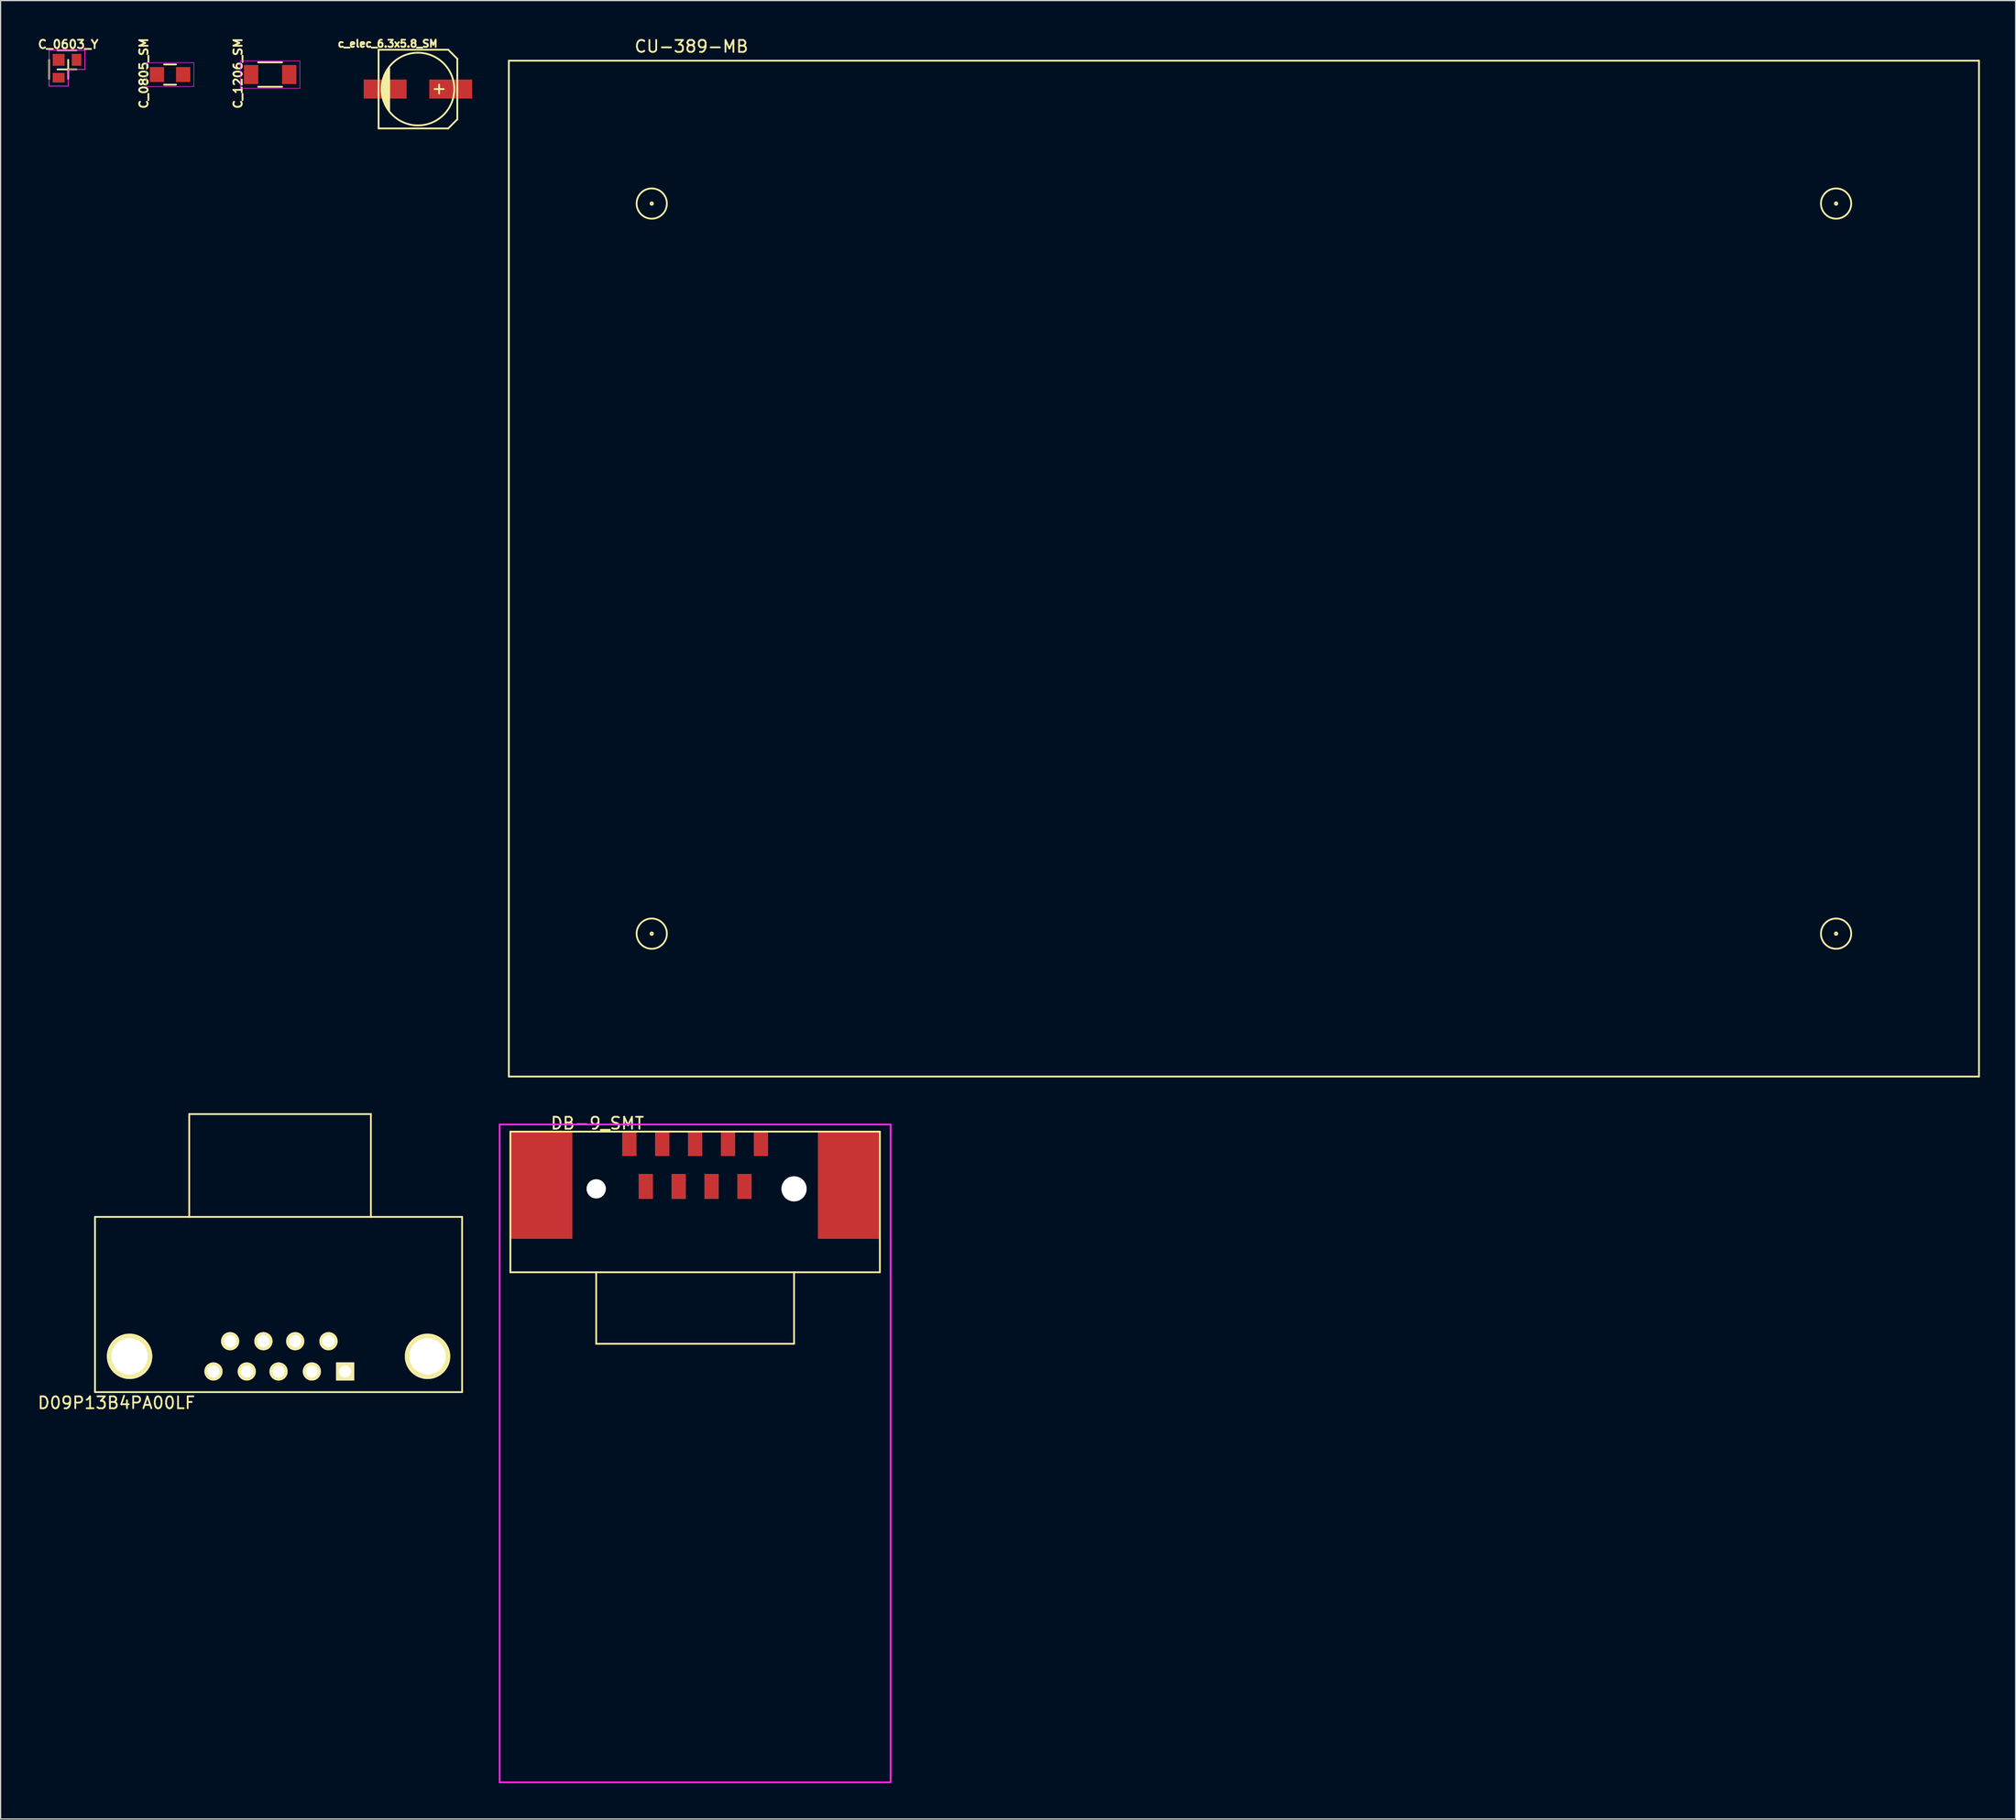
<source format=kicad_pcb>
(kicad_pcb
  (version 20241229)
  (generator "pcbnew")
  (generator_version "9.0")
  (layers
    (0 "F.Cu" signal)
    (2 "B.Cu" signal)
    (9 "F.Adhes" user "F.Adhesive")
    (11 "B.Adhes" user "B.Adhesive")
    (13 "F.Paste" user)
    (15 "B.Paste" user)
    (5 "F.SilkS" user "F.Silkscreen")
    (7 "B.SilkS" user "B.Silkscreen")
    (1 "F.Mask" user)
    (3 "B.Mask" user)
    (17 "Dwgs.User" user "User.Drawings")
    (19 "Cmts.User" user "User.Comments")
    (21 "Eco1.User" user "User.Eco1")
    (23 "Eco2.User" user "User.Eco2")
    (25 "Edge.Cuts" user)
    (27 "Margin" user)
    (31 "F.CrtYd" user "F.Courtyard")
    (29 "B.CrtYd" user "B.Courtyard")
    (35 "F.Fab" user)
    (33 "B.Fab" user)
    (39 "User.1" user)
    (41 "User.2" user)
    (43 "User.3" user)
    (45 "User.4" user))
  (footprint "C_0805_SM"
    (layer "F.Cu")
    (at 11.216 3.205)
    (property "Reference" "C_0805_SM" (at -2.2 -0.1 90) (layer "F.SilkS") (effects (font (size 0.7 0.7) (thickness 0.15))))
    (attr smd)
    (fp_line (start -0.5 0.85) (end 0.5 0.85) (stroke (width 0.15) (type solid)) (layer "F.SilkS"))
    (fp_line (start 0.5 -0.85) (end -0.5 -0.85) (stroke (width 0.15) (type solid)) (layer "F.SilkS"))
    (fp_line (start -2 -1) (end -2 1) (stroke (width 0.05) (type solid)) (layer "F.CrtYd"))
    (fp_line (start -2 -1) (end 2 -1) (stroke (width 0.05) (type solid)) (layer "F.CrtYd"))
    (fp_line (start -2 1) (end 2 1) (stroke (width 0.05) (type solid)) (layer "F.CrtYd"))
    (fp_line (start 2 -1) (end 2 1) (stroke (width 0.05) (type solid)) (layer "F.CrtYd"))
    (pad "1" smd rect (at -1.1 0) (size 1.2 1.25) (layers "F.Cu" "F.Mask" "F.Paste"))
    (pad "2" smd rect (at 1.1 0) (size 1.2 1.25) (layers "F.Cu" "F.Mask" "F.Paste")))
  (footprint "C_0603_Y"
    (layer "F.Cu")
    (at 2.672 2.773)
    (property "Reference" "C_0603_Y" (at 0 -2.1 0) (layer "F.SilkS") (effects (font (size 0.7 0.7) (thickness 0.15))))
    (attr through_hole)
    (fp_line (start -1.6 -0.8) (end -1.6 0.8) (stroke (width 0.15) (type solid)) (layer "F.SilkS"))
    (fp_line (start -0.9 -1.6) (end 0.7 -1.6) (stroke (width 0.15) (type solid)) (layer "F.SilkS"))
    (fp_line (start -0.9 0) (end 0.7 0) (stroke (width 0.15) (type solid)) (layer "F.SilkS"))
    (fp_line (start 0 -0.8) (end 0 0.8) (stroke (width 0.15) (type solid)) (layer "F.SilkS"))
    (fp_line (start -1.6 -1.6) (end -1.6 1.4) (stroke (width 0.07) (type solid)) (layer "F.CrtYd"))
    (fp_line (start -1.6 1.4) (end 0 1.4) (stroke (width 0.07) (type solid)) (layer "F.CrtYd"))
    (fp_line (start 0 0) (end 1.4 0) (stroke (width 0.07) (type solid)) (layer "F.CrtYd"))
    (fp_line (start 0 1.4) (end 0 0) (stroke (width 0.07) (type solid)) (layer "F.CrtYd"))
    (fp_line (start 1.4 -1.6) (end -1.6 -1.6) (stroke (width 0.07) (type solid)) (layer "F.CrtYd"))
    (fp_line (start 1.4 0) (end 1.4 -1.6) (stroke (width 0.07) (type solid)) (layer "F.CrtYd"))
    (pad "1" smd rect (at 0.7 -0.8) (size 0.8 1) (layers "F.Cu" "F.Mask" "F.Paste"))
    (pad "2" smd rect (at -0.8 -0.8) (size 1 1) (layers "F.Cu" "F.Mask" "F.Paste"))
    (pad "3" smd rect (at -0.8 0.7 90) (size 0.8 1) (layers "F.Cu" "F.Mask" "F.Paste")))
  (footprint "D09P13B4PA00LF"
    (layer "F.Cu")
    (at 20.32 99.064)
    (property "Reference" "D09P13B4PA00LF" (at -13.6 15.6 0) (layer "F.SilkS") (effects (font (size 1 1) (thickness 0.15))))
    (attr through_hole)
    (fp_line (start -15.4 0) (end 15.4 0) (stroke (width 0.15) (type solid)) (layer "F.SilkS"))
    (fp_line (start -15.4 14.7) (end -15.4 0) (stroke (width 0.15) (type solid)) (layer "F.SilkS"))
    (fp_line (start -7.493 -8.63) (end 7.747 -8.63) (stroke (width 0.15) (type solid)) (layer "F.SilkS"))
    (fp_line (start -7.493 0.006) (end -7.493 -8.63) (stroke (width 0.15) (type solid)) (layer "F.SilkS"))
    (fp_line (start 7.747 -8.63) (end 7.747 0.006) (stroke (width 0.15) (type solid)) (layer "F.SilkS"))
    (fp_line (start 15.4 0) (end 15.4 14.7) (stroke (width 0.15) (type solid)) (layer "F.SilkS"))
    (fp_line (start 15.4 14.7) (end -15.4 14.7) (stroke (width 0.15) (type solid)) (layer "F.SilkS"))
    (pad "" thru_hole circle (at -12.5 11.7) (size 3.81 3.81) (drill 3.048) (layers "*.Cu" "*.Mask" "F.SilkS"))
    (pad "" thru_hole circle (at 12.5 11.7) (size 3.81 3.81) (drill 3.048) (layers "*.Cu" "*.Mask" "F.SilkS"))
    (pad "1" thru_hole rect (at 5.588 12.97) (size 1.524 1.524) (drill 1.016) (layers "*.Cu" "*.Mask" "F.SilkS"))
    (pad "2" thru_hole circle (at 2.794 12.97) (size 1.524 1.524) (drill 1.016) (layers "*.Cu" "*.Mask" "F.SilkS"))
    (pad "3" thru_hole circle (at 0 12.97) (size 1.524 1.524) (drill 1.016) (layers "*.Cu" "*.Mask" "F.SilkS"))
    (pad "4" thru_hole circle (at -2.667 12.97) (size 1.524 1.524) (drill 1.016) (layers "*.Cu" "*.Mask" "F.SilkS"))
    (pad "5" thru_hole circle (at -5.461 12.97) (size 1.524 1.524) (drill 1.016) (layers "*.Cu" "*.Mask" "F.SilkS"))
    (pad "6" thru_hole circle (at 4.191 10.43) (size 1.524 1.524) (drill 1.016) (layers "*.Cu" "*.Mask" "F.SilkS"))
    (pad "7" thru_hole circle (at 1.397 10.43) (size 1.524 1.524) (drill 1.016) (layers "*.Cu" "*.Mask" "F.SilkS"))
    (pad "8" thru_hole circle (at -1.27 10.43) (size 1.524 1.524) (drill 1.016) (layers "*.Cu" "*.Mask" "F.SilkS"))
    (pad "9" thru_hole circle (at -4.064 10.43) (size 1.524 1.524) (drill 1.016) (layers "*.Cu" "*.Mask" "F.SilkS")))
  (footprint "DB-9_SMT"
    (layer "F.Cu")
    (at 55.27 96.508)
    (property "Reference" "DB-9_SMT" (at -8.2 -5.3 0) (layer "F.SilkS") (effects (font (size 1 1) (thickness 0.15))))
    (attr through_hole)
    (fp_line (start -15.5 -4.6) (end 15.5 -4.6) (stroke (width 0.15) (type solid)) (layer "F.SilkS"))
    (fp_line (start -15.5 7.2) (end -15.5 -4.6) (stroke (width 0.15) (type solid)) (layer "F.SilkS"))
    (fp_line (start -8.3 7.2) (end -8.3 13.2) (stroke (width 0.15) (type solid)) (layer "F.SilkS"))
    (fp_line (start -8.3 13.2) (end 8.3 13.2) (stroke (width 0.15) (type solid)) (layer "F.SilkS"))
    (fp_line (start 8.3 13.2) (end 8.3 7.2) (stroke (width 0.15) (type solid)) (layer "F.SilkS"))
    (fp_line (start 15.5 -4.6) (end 15.5 7.2) (stroke (width 0.15) (type solid)) (layer "F.SilkS"))
    (fp_line (start 15.5 7.2) (end -15.5 7.2) (stroke (width 0.15) (type solid)) (layer "F.SilkS"))
    (fp_line (start -16.4 -5.2) (end 16.4 -5.2) (stroke (width 0.15) (type solid)) (layer "F.CrtYd"))
    (fp_line (start -16.4 50) (end -16.4 -5.2) (stroke (width 0.15) (type solid)) (layer "F.CrtYd"))
    (fp_line (start 16.4 -5.2) (end 16.4 50) (stroke (width 0.15) (type solid)) (layer "F.CrtYd"))
    (fp_line (start 16.4 50) (end -16.4 50) (stroke (width 0.15) (type solid)) (layer "F.CrtYd"))
    (pad "1" smd rect (at -5.52 -3.6) (size 1.2 2.1) (layers "F.Cu" "F.Mask" "F.Paste"))
    (pad "2" smd rect (at -2.76 -3.6) (size 1.2 2.1) (layers "F.Cu" "F.Mask" "F.Paste"))
    (pad "3" smd rect (at 0 -3.6) (size 1.2 2.1) (layers "F.Cu" "F.Mask" "F.Paste"))
    (pad "4" smd rect (at 2.76 -3.6) (size 1.2 2.1) (layers "F.Cu" "F.Mask" "F.Paste"))
    (pad "5" smd rect (at 5.52 -3.6) (size 1.2 2.1) (layers "F.Cu" "F.Mask" "F.Paste"))
    (pad "6" smd rect (at -4.14 0) (size 1.2 2.1) (layers "F.Cu" "F.Mask" "F.Paste"))
    (pad "7" smd rect (at -1.38 0) (size 1.2 2.1) (layers "F.Cu" "F.Mask" "F.Paste"))
    (pad "8" smd rect (at 1.38 0) (size 1.2 2.1) (layers "F.Cu" "F.Mask" "F.Paste"))
    (pad "9" smd rect (at 4.14 0) (size 1.2 2.1) (layers "F.Cu" "F.Mask" "F.Paste"))
    (pad "M" smd rect (at -12.9 -0.1) (size 5.2 9) (layers "F.Cu" "F.Mask" "F.Paste"))
    (pad "M" thru_hole circle (at -8.3 0.2) (size 1.6 1.6) (drill 1.6) (layers "*.Cu" "*.Mask" "F.SilkS"))
    (pad "M" thru_hole circle (at 8.3 0.2) (size 2.1 2.1) (drill 2.1) (layers "*.Cu" "*.Mask" "F.SilkS"))
    (pad "M" smd rect (at 12.9 -0.1) (size 5.2 9) (layers "F.Cu" "F.Mask" "F.Paste")))
  (footprint "c_elec_6.3x5.8_SM"
    (layer "F.Cu")
    (at 32.015 4.424)
    (property "Reference" "c_elec_6.3x5.8_SM" (at -2.54 -3.81 0) (layer "F.SilkS") (effects (font (size 0.6 0.6) (thickness 0.15))))
    (attr through_hole)
    (fp_line (start -3.302 -3.302) (end -3.302 3.302) (stroke (width 0.15) (type solid)) (layer "F.SilkS"))
    (fp_line (start -3.302 3.302) (end 2.54 3.302) (stroke (width 0.15) (type solid)) (layer "F.SilkS"))
    (fp_line (start -2.921 -0.762) (end -2.921 0.762) (stroke (width 0.15) (type solid)) (layer "F.SilkS"))
    (fp_line (start -2.794 1.143) (end -2.794 -1.143) (stroke (width 0.15) (type solid)) (layer "F.SilkS"))
    (fp_line (start -2.667 -1.397) (end -2.667 1.397) (stroke (width 0.15) (type solid)) (layer "F.SilkS"))
    (fp_line (start -2.54 1.651) (end -2.54 -1.651) (stroke (width 0.15) (type solid)) (layer "F.SilkS"))
    (fp_line (start -2.413 -1.778) (end -2.413 1.778) (stroke (width 0.15) (type solid)) (layer "F.SilkS"))
    (fp_line (start 1.778 -0.381) (end 1.778 0.381) (stroke (width 0.15) (type solid)) (layer "F.SilkS"))
    (fp_line (start 2.159 0) (end 1.397 0) (stroke (width 0.15) (type solid)) (layer "F.SilkS"))
    (fp_line (start 2.54 -3.302) (end -3.302 -3.302) (stroke (width 0.15) (type solid)) (layer "F.SilkS"))
    (fp_line (start 2.54 3.302) (end 3.302 2.54) (stroke (width 0.15) (type solid)) (layer "F.SilkS"))
    (fp_line (start 3.302 -2.54) (end 2.54 -3.302) (stroke (width 0.15) (type solid)) (layer "F.SilkS"))
    (fp_line (start 3.302 2.54) (end 3.302 -2.54) (stroke (width 0.15) (type solid)) (layer "F.SilkS"))
    (fp_circle (center 0 0) (end -3.048 0) (stroke (width 0.15) (type solid)) (fill no) (layer "F.SilkS"))
    (pad "1" smd rect (at 2.751 0) (size 3.599 1.6) (layers "F.Cu" "F.Mask" "F.Paste"))
    (pad "2" smd rect (at -2.751 0) (size 3.599 1.6) (layers "F.Cu" "F.Mask" "F.Paste")))
  (footprint "C_1206_SM"
    (layer "F.Cu")
    (at 19.614 3.205)
    (property "Reference" "C_1206_SM" (at -2.7 -0.1 90) (layer "F.SilkS") (effects (font (size 0.7 0.7) (thickness 0.15))))
    (attr smd)
    (fp_line (start -1 1.025) (end 1 1.025) (stroke (width 0.15) (type solid)) (layer "F.SilkS"))
    (fp_line (start 1 -1.025) (end -1 -1.025) (stroke (width 0.15) (type solid)) (layer "F.SilkS"))
    (fp_line (start -2.5 -1.15) (end -2.5 1.15) (stroke (width 0.05) (type solid)) (layer "F.CrtYd"))
    (fp_line (start -2.5 -1.15) (end 2.5 -1.15) (stroke (width 0.05) (type solid)) (layer "F.CrtYd"))
    (fp_line (start -2.5 1.15) (end 2.5 1.15) (stroke (width 0.05) (type solid)) (layer "F.CrtYd"))
    (fp_line (start 2.5 -1.15) (end 2.5 1.15) (stroke (width 0.05) (type solid)) (layer "F.CrtYd"))
    (pad "1" smd rect (at -1.6 0) (size 1.2 1.6) (layers "F.Cu" "F.Mask" "F.Paste"))
    (pad "2" smd rect (at 1.6 0) (size 1.2 1.6) (layers "F.Cu" "F.Mask" "F.Paste")))
  (footprint "CU-389-MB"
    (layer "F.Cu")
    (at 101.312 44.663)
    (property "Reference" "CU-389-MB" (at -46.355 -43.815 0) (layer "F.SilkS") (effects (font (size 1 1) (thickness 0.15))))
    (attr through_hole)
    (fp_line (start -61.671 -42.621) (end 61.671 -42.621) (stroke (width 0.15) (type solid)) (layer "F.SilkS"))
    (fp_line (start -61.671 42.621) (end -61.671 -42.621) (stroke (width 0.15) (type solid)) (layer "F.SilkS"))
    (fp_line (start -61.671 42.621) (end 61.671 42.621) (stroke (width 0.15) (type solid)) (layer "F.SilkS"))
    (fp_line (start 61.671 42.621) (end 61.671 -42.621) (stroke (width 0.15) (type solid)) (layer "F.SilkS"))
    (fp_circle (center -49.682 -30.632) (end -49.682 -31.902) (stroke (width 0.15) (type solid)) (fill no) (layer "F.SilkS"))
    (fp_circle (center -49.682 -30.632) (end -49.682 -30.734) (stroke (width 0.15) (type solid)) (fill no) (layer "F.SilkS"))
    (fp_circle (center -49.682 30.632) (end -49.682 30.734) (stroke (width 0.15) (type solid)) (fill no) (layer "F.SilkS"))
    (fp_circle (center -49.682 30.632) (end -49.682 31.902) (stroke (width 0.15) (type solid)) (fill no) (layer "F.SilkS"))
    (fp_circle (center 49.682 -30.632) (end 49.682 -31.902) (stroke (width 0.15) (type solid)) (fill no) (layer "F.SilkS"))
    (fp_circle (center 49.682 -30.632) (end 49.682 -30.734) (stroke (width 0.15) (type solid)) (fill no) (layer "F.SilkS"))
    (fp_circle (center 49.682 30.632) (end 49.682 30.734) (stroke (width 0.15) (type solid)) (fill no) (layer "F.SilkS"))
    (fp_circle (center 49.682 30.632) (end 49.682 31.902) (stroke (width 0.15) (type solid)) (fill no) (layer "F.SilkS")))
  (gr_rect
    (start -3 -3)
    (end 166.058 149.583)
    (stroke (width 0.1) (type default))
    (fill no)
    (layer "Edge.Cuts")))
</source>
